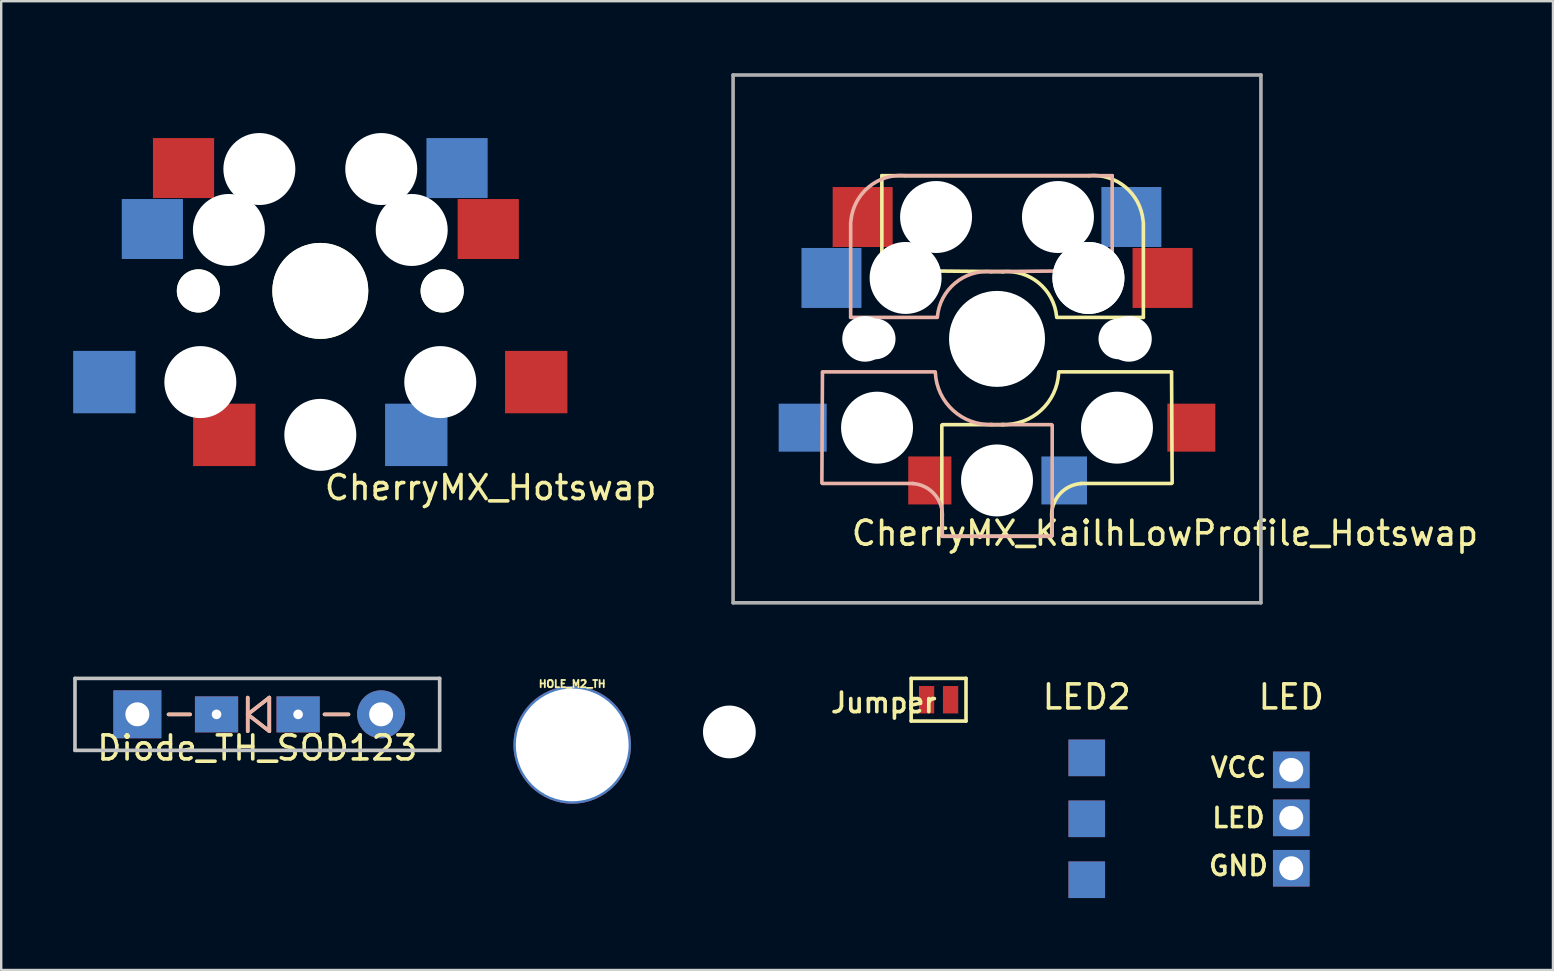
<source format=kicad_pcb>
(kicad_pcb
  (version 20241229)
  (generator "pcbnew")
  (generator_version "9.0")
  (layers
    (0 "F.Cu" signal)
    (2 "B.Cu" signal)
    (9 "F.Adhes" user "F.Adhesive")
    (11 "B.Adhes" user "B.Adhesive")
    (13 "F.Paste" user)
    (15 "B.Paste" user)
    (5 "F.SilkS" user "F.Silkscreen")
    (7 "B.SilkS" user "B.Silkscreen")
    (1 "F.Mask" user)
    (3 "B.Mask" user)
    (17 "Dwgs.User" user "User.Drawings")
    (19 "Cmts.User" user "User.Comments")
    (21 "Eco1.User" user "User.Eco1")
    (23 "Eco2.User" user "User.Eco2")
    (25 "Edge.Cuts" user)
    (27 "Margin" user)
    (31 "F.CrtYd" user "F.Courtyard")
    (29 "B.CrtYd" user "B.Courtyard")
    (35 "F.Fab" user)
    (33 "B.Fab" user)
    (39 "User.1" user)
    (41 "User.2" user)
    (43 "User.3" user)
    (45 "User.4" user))
  (footprint "Jumper"
    (layer "F.Cu")
    (at 36.07 26.114)
    (property "Reference" "Jumper" (at -2.286 0.127 0) (layer "F.SilkS") (effects (font (size 0.813 0.813) (thickness 0.152))))
    (attr smd)
    (fp_line (start -1.143 -0.889) (end 1.143 -0.889) (stroke (width 0.15) (type solid)) (layer "F.SilkS"))
    (fp_line (start -1.143 0.889) (end -1.143 -0.889) (stroke (width 0.15) (type solid)) (layer "F.SilkS"))
    (fp_line (start 1.143 -0.889) (end 1.143 0.889) (stroke (width 0.15) (type solid)) (layer "F.SilkS"))
    (fp_line (start 1.143 0.889) (end -1.143 0.889) (stroke (width 0.15) (type solid)) (layer "F.SilkS"))
    (pad "1" smd rect (at -0.5 0) (size 0.635 1.143) (layers "F.Cu" "F.Mask" "F.Paste"))
    (pad "2" smd rect (at 0.5 0) (size 0.635 1.143) (layers "F.Cu" "F.Mask" "F.Paste")))
  (footprint "LED2"
    (layer "F.Cu")
    (at 42.246 28.538)
    (property "Reference" "LED2" (at 0 -2.54 0) (layer "F.SilkS") (effects (font (size 1 1) (thickness 0.15))))
    (attr through_hole)
    (pad "1" smd rect (at 0 0) (size 1.524 1.524) (layers "F.Cu" "F.Mask" "F.Paste"))
    (pad "1" smd rect (at 0 5.08) (size 1.524 1.524) (layers "B.Cu" "B.Mask" "B.Paste"))
    (pad "2" smd rect (at 0 2.54) (size 1.524 1.524) (layers "F.Cu" "F.Mask" "F.Paste"))
    (pad "2" smd rect (at 0 2.54) (size 1.524 1.524) (layers "B.Cu" "B.Mask" "B.Paste"))
    (pad "3" smd rect (at 0 0) (size 1.524 1.524) (layers "B.Cu" "B.Mask" "B.Paste"))
    (pad "3" smd rect (at 0 5.08) (size 1.524 1.524) (layers "F.Cu" "F.Mask" "F.Paste")))
  (footprint "CherryMX_Hotswap"
    (layer "F.Cu")
    (at 10.3 9.075)
    (property "Reference" "CherryMX_Hotswap" (at 7.1 8.2 0) (layer "F.SilkS") (effects (font (size 1 1) (thickness 0.15))))
    (attr through_hole)
    (fp_line (start -9 -9) (end 9 -9) (stroke (width 0.15) (type solid)) (layer "Eco2.User"))
    (fp_line (start -9 9) (end -9 -9) (stroke (width 0.15) (type solid)) (layer "Eco2.User"))
    (fp_line (start -7 -7) (end 7 -7) (stroke (width 0.15) (type solid)) (layer "Eco2.User"))
    (fp_line (start -7 7) (end -7 -7) (stroke (width 0.15) (type solid)) (layer "Eco2.User"))
    (fp_line (start 7 -7) (end 7 7) (stroke (width 0.15) (type solid)) (layer "Eco2.User"))
    (fp_line (start 7 7.1) (end -7 7.1) (stroke (width 0.15) (type solid)) (layer "Eco2.User"))
    (fp_line (start 9 -9) (end 9 9) (stroke (width 0.15) (type solid)) (layer "Eco2.User"))
    (fp_line (start 9 9) (end -9 9) (stroke (width 0.15) (type solid)) (layer "Eco2.User"))
    (pad "" np_thru_hole circle (at -5.08 0) (size 1.8 1.8) (drill 1.8) (layers "*.Cu" "*.Mask" "F.SilkS"))
    (pad "" np_thru_hole circle (at -5 3.8) (size 3 3) (drill 3) (layers "*.Cu" "*.Mask"))
    (pad "" np_thru_hole circle (at -3.81 -2.54 180) (size 3 3) (drill 3) (layers "*.Cu" "*.Mask"))
    (pad "" np_thru_hole circle (at -2.54 -5.08 180) (size 3 3) (drill 3) (layers "*.Cu" "*.Mask"))
    (pad "" np_thru_hole circle (at 0 0 90) (size 4 4) (drill 4) (layers "*.Cu" "*.Mask" "F.SilkS"))
    (pad "" np_thru_hole circle (at 0 6) (size 3 3) (drill 3) (layers "*.Cu" "*.Mask"))
    (pad "" np_thru_hole circle (at 2.54 -5.08 180) (size 3 3) (drill 3) (layers "*.Cu" "*.Mask"))
    (pad "" np_thru_hole circle (at 3.81 -2.54 180) (size 3 3) (drill 3) (layers "*.Cu" "*.Mask"))
    (pad "" np_thru_hole circle (at 5 3.8) (size 3 3) (drill 3) (layers "*.Cu" "*.Mask"))
    (pad "" np_thru_hole circle (at 5.08 0) (size 1.8 1.8) (drill 1.8) (layers "*.Cu" "*.Mask" "F.SilkS"))
    (pad "1" smd rect (at -9 3.8) (size 2.6 2.6) (layers "B.Cu" "B.Mask" "B.Paste"))
    (pad "1" smd rect (at -7 -2.58 180) (size 2.55 2.5) (layers "B.Cu" "B.Mask" "B.Paste"))
    (pad "1" smd rect (at 7 -2.58 180) (size 2.55 2.5) (layers "F.Cu" "F.Mask" "F.Paste"))
    (pad "1" smd rect (at 9 3.8) (size 2.6 2.6) (layers "F.Cu" "F.Mask" "F.Paste"))
    (pad "2" smd rect (at -5.7 -5.12 180) (size 2.55 2.5) (layers "F.Cu" "F.Mask" "F.Paste"))
    (pad "2" smd rect (at -4 6) (size 2.6 2.6) (layers "F.Cu" "F.Mask" "F.Paste"))
    (pad "2" smd rect (at 4 6) (size 2.6 2.6) (layers "B.Cu" "B.Mask" "B.Paste"))
    (pad "2" smd rect (at 5.7 -5.12 180) (size 2.55 2.5) (layers "B.Cu" "B.Mask" "B.Paste")))
  (footprint "HOLE_M2"
    (layer "F.Cu")
    (at 27.35 27.457)
    (property "Reference" "HOLE_M2" (at 0 -2 0) (layer "Eco2.User") (effects (font (size 0.3 0.3) (thickness 0.075))))
    (attr through_hole)
    (pad "" np_thru_hole circle (at 0 0) (size 2.2 2.2) (drill 2.2) (layers "*.Cu" "*.Mask")))
  (footprint "CherryMX_KailhLowProfile_Hotswap"
    (layer "F.Cu")
    (at 38.505 11.075)
    (property "Reference" "CherryMX_KailhLowProfile_Hotswap" (at 7 8.1 0) (layer "F.SilkS") (effects (font (size 1 1) (thickness 0.15))))
    (attr through_hole)
    (fp_line (start -4.8 -6.804) (end 3.825 -6.804) (stroke (width 0.15) (type solid)) (layer "F.SilkS"))
    (fp_line (start -4.8 -2.896) (end -4.8 -6.804) (stroke (width 0.15) (type solid)) (layer "F.SilkS"))
    (fp_line (start -4.8 -2.85) (end 0.25 -2.804) (stroke (width 0.15) (type solid)) (layer "F.SilkS"))
    (fp_line (start -2.3 3.6) (end -2.3 8.2) (stroke (width 0.15) (type solid)) (layer "F.SilkS"))
    (fp_line (start -2.275 3.575) (end 0.275 3.575) (stroke (width 0.15) (type solid)) (layer "F.SilkS"))
    (fp_line (start -2.275 8.225) (end 2.275 8.225) (stroke (width 0.15) (type solid)) (layer "F.SilkS"))
    (fp_line (start 2.28 7.5) (end 2.28 8.2) (stroke (width 0.15) (type solid)) (layer "F.SilkS"))
    (fp_line (start 2.575 1.375) (end 7.275 1.375) (stroke (width 0.15) (type solid)) (layer "F.SilkS"))
    (fp_line (start 3.5 6.025) (end 7.275 6.025) (stroke (width 0.15) (type solid)) (layer "F.SilkS"))
    (fp_line (start 6.1 -4.85) (end 6.1 -0.905) (stroke (width 0.15) (type solid)) (layer "F.SilkS"))
    (fp_line (start 6.1 -0.896) (end 2.49 -0.896) (stroke (width 0.15) (type solid)) (layer "F.SilkS"))
    (fp_line (start 7.275 1.4) (end 7.3 6) (stroke (width 0.15) (type solid)) (layer "F.SilkS"))
    (fp_arc (start 0.225 -2.8) (mid 1.744361 -2.328061) (end 2.485 -0.92) (stroke (width 0.15) (type solid)) (layer "F.SilkS"))
    (fp_arc (start 2.28 7.45) (mid 2.595908 6.48733) (end 3.5 6.03) (stroke (width 0.15) (type solid)) (layer "F.SilkS"))
    (fp_arc (start 2.57 1.4) (mid 1.834422 2.975843) (end 0.2 3.57) (stroke (width 0.15) (type solid)) (layer "F.SilkS"))
    (fp_arc (start 3.825 -6.804) (mid 5.347189 -6.33089) (end 6.089 -4.92) (stroke (width 0.15) (type solid)) (layer "F.SilkS"))
    (fp_line (start -7.275 1.4) (end -7.3 6) (stroke (width 0.15) (type solid)) (layer "B.SilkS"))
    (fp_line (start -6.1 -4.85) (end -6.1 -0.905) (stroke (width 0.15) (type solid)) (layer "B.SilkS"))
    (fp_line (start -6.1 -0.896) (end -2.49 -0.896) (stroke (width 0.15) (type solid)) (layer "B.SilkS"))
    (fp_line (start -3.5 6.025) (end -7.275 6.025) (stroke (width 0.15) (type solid)) (layer "B.SilkS"))
    (fp_line (start -2.575 1.375) (end -7.275 1.375) (stroke (width 0.15) (type solid)) (layer "B.SilkS"))
    (fp_line (start -2.28 7.5) (end -2.28 8.2) (stroke (width 0.15) (type solid)) (layer "B.SilkS"))
    (fp_line (start 2.275 3.575) (end -0.275 3.575) (stroke (width 0.15) (type solid)) (layer "B.SilkS"))
    (fp_line (start 2.275 8.225) (end -2.275 8.225) (stroke (width 0.15) (type solid)) (layer "B.SilkS"))
    (fp_line (start 2.3 3.6) (end 2.3 8.2) (stroke (width 0.15) (type solid)) (layer "B.SilkS"))
    (fp_line (start 4.8 -6.804) (end -3.825 -6.804) (stroke (width 0.15) (type solid)) (layer "B.SilkS"))
    (fp_line (start 4.8 -2.896) (end 4.8 -6.804) (stroke (width 0.15) (type solid)) (layer "B.SilkS"))
    (fp_line (start 4.8 -2.85) (end -0.25 -2.804) (stroke (width 0.15) (type solid)) (layer "B.SilkS"))
    (fp_arc (start -6.089 -4.92) (mid -5.347189 -6.33089) (end -3.825 -6.804) (stroke (width 0.15) (type solid)) (layer "B.SilkS"))
    (fp_arc (start -3.5 6.03) (mid -2.595908 6.48733) (end -2.28 7.45) (stroke (width 0.15) (type solid)) (layer "B.SilkS"))
    (fp_arc (start -2.485 -0.92) (mid -1.744361 -2.328061) (end -0.225 -2.8) (stroke (width 0.15) (type solid)) (layer "B.SilkS"))
    (fp_arc (start -0.2 3.57) (mid -1.834422 2.975843) (end -2.57 1.4) (stroke (width 0.15) (type solid)) (layer "B.SilkS"))
    (fp_line (start -9 -9) (end 9 -9) (stroke (width 0.15) (type solid)) (layer "Eco2.User"))
    (fp_line (start -9 9) (end -9 -9) (stroke (width 0.15) (type solid)) (layer "Eco2.User"))
    (fp_line (start -7 -7) (end 7 -7) (stroke (width 0.15) (type solid)) (layer "Eco2.User"))
    (fp_line (start -7 7) (end -7 -7) (stroke (width 0.15) (type solid)) (layer "Eco2.User"))
    (fp_line (start 7 -7) (end 7 7) (stroke (width 0.15) (type solid)) (layer "Eco2.User"))
    (fp_line (start 7 7) (end -7 7) (stroke (width 0.15) (type solid)) (layer "Eco2.User"))
    (fp_line (start 9 -9) (end 9 9) (stroke (width 0.15) (type solid)) (layer "Eco2.User"))
    (fp_line (start 9 9) (end -9 9) (stroke (width 0.15) (type solid)) (layer "Eco2.User"))
    (fp_line (start -11 -11) (end -11 11) (stroke (width 0.15) (type solid)) (layer "F.Fab"))
    (fp_line (start -11 11) (end 11 11) (stroke (width 0.15) (type solid)) (layer "F.Fab"))
    (fp_line (start 11 -11) (end -11 -11) (stroke (width 0.15) (type solid)) (layer "F.Fab"))
    (fp_line (start 11 11) (end 11 -11) (stroke (width 0.15) (type solid)) (layer "F.Fab"))
    (pad "" np_thru_hole circle (at -5.5 0 90) (size 1.9 1.9) (drill 1.9) (layers "*.Cu" "*.Mask"))
    (pad "" np_thru_hole circle (at -5.08 0) (size 1.7 1.7) (drill 1.7) (layers "*.Cu" "*.Mask"))
    (pad "" np_thru_hole circle (at -5 3.7 90) (size 3 3) (drill 3) (layers "*.Cu" "*.Mask"))
    (pad "" np_thru_hole circle (at -3.825 -2.58 180) (size 0.1 0.1) (drill 0.1) (layers "*.Cu" "*.Mask"))
    (pad "" np_thru_hole circle (at -3.81 -2.54 180) (size 3 3) (drill 3) (layers "*.Cu" "*.Mask"))
    (pad "" np_thru_hole circle (at -2.54 -5.08 180) (size 3 3) (drill 3) (layers "*.Cu" "*.Mask"))
    (pad "" np_thru_hole circle (at 0 0 90) (size 4 4) (drill 4) (layers "*.Cu" "*.Mask"))
    (pad "" np_thru_hole circle (at 0 5.9 90) (size 3 3) (drill 3) (layers "*.Cu" "*.Mask"))
    (pad "" np_thru_hole circle (at 2.54 -5.08 180) (size 3 3) (drill 3) (layers "*.Cu" "*.Mask"))
    (pad "" np_thru_hole circle (at 3.81 -2.54 180) (size 3 3) (drill 3) (layers "*.Cu" "*.Mask"))
    (pad "" np_thru_hole circle (at 3.81 -2.54 180) (size 3 3) (drill 3) (layers "*.Cu" "*.Mask"))
    (pad "" np_thru_hole circle (at 3.825 -2.58 180) (size 0.1 0.1) (drill 0.1) (layers "*.Cu" "*.Mask"))
    (pad "" np_thru_hole circle (at 5 3.7 270) (size 3 3) (drill 3) (layers "*.Cu" "*.Mask"))
    (pad "" np_thru_hole circle (at 5.08 0) (size 1.7 1.7) (drill 1.7) (layers "*.Cu" "*.Mask"))
    (pad "" np_thru_hole circle (at 5.5 0 90) (size 1.9 1.9) (drill 1.9) (layers "*.Cu" "*.Mask"))
    (pad "1" smd rect (at -8.1 3.7 180) (size 2 2) (layers "B.Cu" "B.Mask" "B.Paste"))
    (pad "1" smd rect (at -6.9 -2.54 180) (size 2.5 2.5) (layers "B.Cu" "B.Mask" "B.Paste"))
    (pad "1" smd rect (at -5.6 -5.08 180) (size 2.5 2.5) (layers "F.Cu" "F.Mask" "F.Paste"))
    (pad "1" smd rect (at 8.1 3.7 180) (size 2 2) (layers "F.Cu" "F.Mask" "F.Paste"))
    (pad "2" smd rect (at -2.8 5.9 180) (size 1.8 2) (layers "F.Cu" "F.Mask" "F.Paste"))
    (pad "2" smd rect (at 2.8 5.9 180) (size 1.9 2) (layers "B.Cu" "B.Mask" "B.Paste"))
    (pad "2" smd rect (at 5.6 -5.08 180) (size 2.5 2.5) (layers "B.Cu" "B.Mask" "B.Paste"))
    (pad "2" smd rect (at 6.9 -2.54 180) (size 2.5 2.5) (layers "F.Cu" "F.Mask" "F.Paste")))
  (footprint "LED"
    (layer "F.Cu")
    (at 50.769 28.538)
    (property "Reference" "LED" (at 0 -2.54 0) (layer "F.SilkS") (effects (font (size 1 1) (thickness 0.15))))
    (attr through_hole)
    (fp_text user "GND" (at -2.2 4.5 0) (layer "F.SilkS") (effects (font (size 0.8 0.8) (thickness 0.15))))
    (fp_text user "LED" (at -2.2 2.5 180) (layer "F.SilkS") (effects (font (size 0.8 0.8) (thickness 0.15))))
    (fp_text user "VCC" (at -2.2 0.4 0) (layer "F.SilkS") (effects (font (size 0.8 0.8) (thickness 0.15))))
    (pad "1" thru_hole rect (at 0 0.5 90) (size 1.524 1.524) (drill 1) (layers "*.Cu" "*.Mask"))
    (pad "2" thru_hole rect (at 0 2.5) (size 1.524 1.524) (drill 1) (layers "*.Cu" "*.Mask"))
    (pad "3" thru_hole rect (at 0 4.6) (size 1.524 1.524) (drill 1) (layers "*.Cu" "*.Mask")))
  (footprint "Diode_TH_SOD123"
    (placed yes)
    (layer "F.Cu")
    (at 7.675 26.725)
    (property "Reference" "Diode_TH_SOD123" (at 0 1.4 0) (layer "F.SilkS") (effects (font (size 1 1) (thickness 0.15))))
    (attr through_hole)
    (fp_line (start -3.7 0) (end -2.8 0) (stroke (width 0.15) (type solid)) (layer "F.SilkS"))
    (fp_line (start -0.4 -0.7) (end -0.4 0.7) (stroke (width 0.15) (type solid)) (layer "F.SilkS"))
    (fp_line (start -0.4 0) (end 0.5 -0.7) (stroke (width 0.15) (type solid)) (layer "F.SilkS"))
    (fp_line (start 0.5 -0.7) (end 0.5 0.7) (stroke (width 0.15) (type solid)) (layer "F.SilkS"))
    (fp_line (start 0.5 0.7) (end -0.4 0) (stroke (width 0.15) (type solid)) (layer "F.SilkS"))
    (fp_line (start 2.8 0) (end 3.8 0) (stroke (width 0.15) (type solid)) (layer "F.SilkS"))
    (fp_line (start -2.8 0) (end -3.7 0) (stroke (width 0.15) (type solid)) (layer "B.SilkS"))
    (fp_line (start -0.4 -0.7) (end -0.4 0.7) (stroke (width 0.15) (type solid)) (layer "B.SilkS"))
    (fp_line (start -0.4 0) (end 0.5 -0.7) (stroke (width 0.15) (type solid)) (layer "B.SilkS"))
    (fp_line (start 0.5 -0.7) (end 0.5 0.7) (stroke (width 0.15) (type solid)) (layer "B.SilkS"))
    (fp_line (start 0.5 0.7) (end -0.4 0) (stroke (width 0.15) (type solid)) (layer "B.SilkS"))
    (fp_line (start 2.8 0) (end 3.8 0) (stroke (width 0.15) (type solid)) (layer "B.SilkS"))
    (fp_line (start -7.6 -1.5) (end -7.6 1.5) (stroke (width 0.15) (type solid)) (layer "Dwgs.User"))
    (fp_line (start -7.6 -1.5) (end 7.6 -1.5) (stroke (width 0.15) (type solid)) (layer "Dwgs.User"))
    (fp_line (start -7.6 1.5) (end 7.6 1.5) (stroke (width 0.15) (type solid)) (layer "Dwgs.User"))
    (fp_line (start 7.6 -1.5) (end 7.6 1.5) (stroke (width 0.15) (type solid)) (layer "Dwgs.User"))
    (pad "1" thru_hole rect (at -5 -0.003 180) (size 1.999 1.999) (drill 1) (layers "*.Cu" "*.Mask"))
    (pad "1" thru_hole rect (at -1.7 0) (size 1.8 1.5) (drill 0.4) (layers "*.Cu" "*.Mask"))
    (pad "2" thru_hole rect (at 1.7 0) (size 1.8 1.5) (drill 0.4) (layers "*.Cu" "*.Mask"))
    (pad "2" thru_hole circle (at 5.16 -0.003 180) (size 1.999 1.999) (drill 1) (layers "*.Cu" "*.Mask")))
  (footprint "HOLE_M2_TH"
    (layer "F.Cu")
    (at 20.8 27.997)
    (property "Reference" "HOLE_M2_TH" (at 0 -2.54 0) (layer "F.SilkS") (effects (font (size 0.3 0.3) (thickness 0.076))))
    (attr through_hole)
    (pad "" thru_hole circle (at 0 0 90) (size 4.9 4.9) (drill 4.7) (layers "*.Cu" "*.Mask")))
  (gr_rect
    (start -3 -3)
    (end 61.677 37.38)
    (stroke (width 0.1) (type default))
    (fill no)
    (layer "Edge.Cuts")))
</source>
